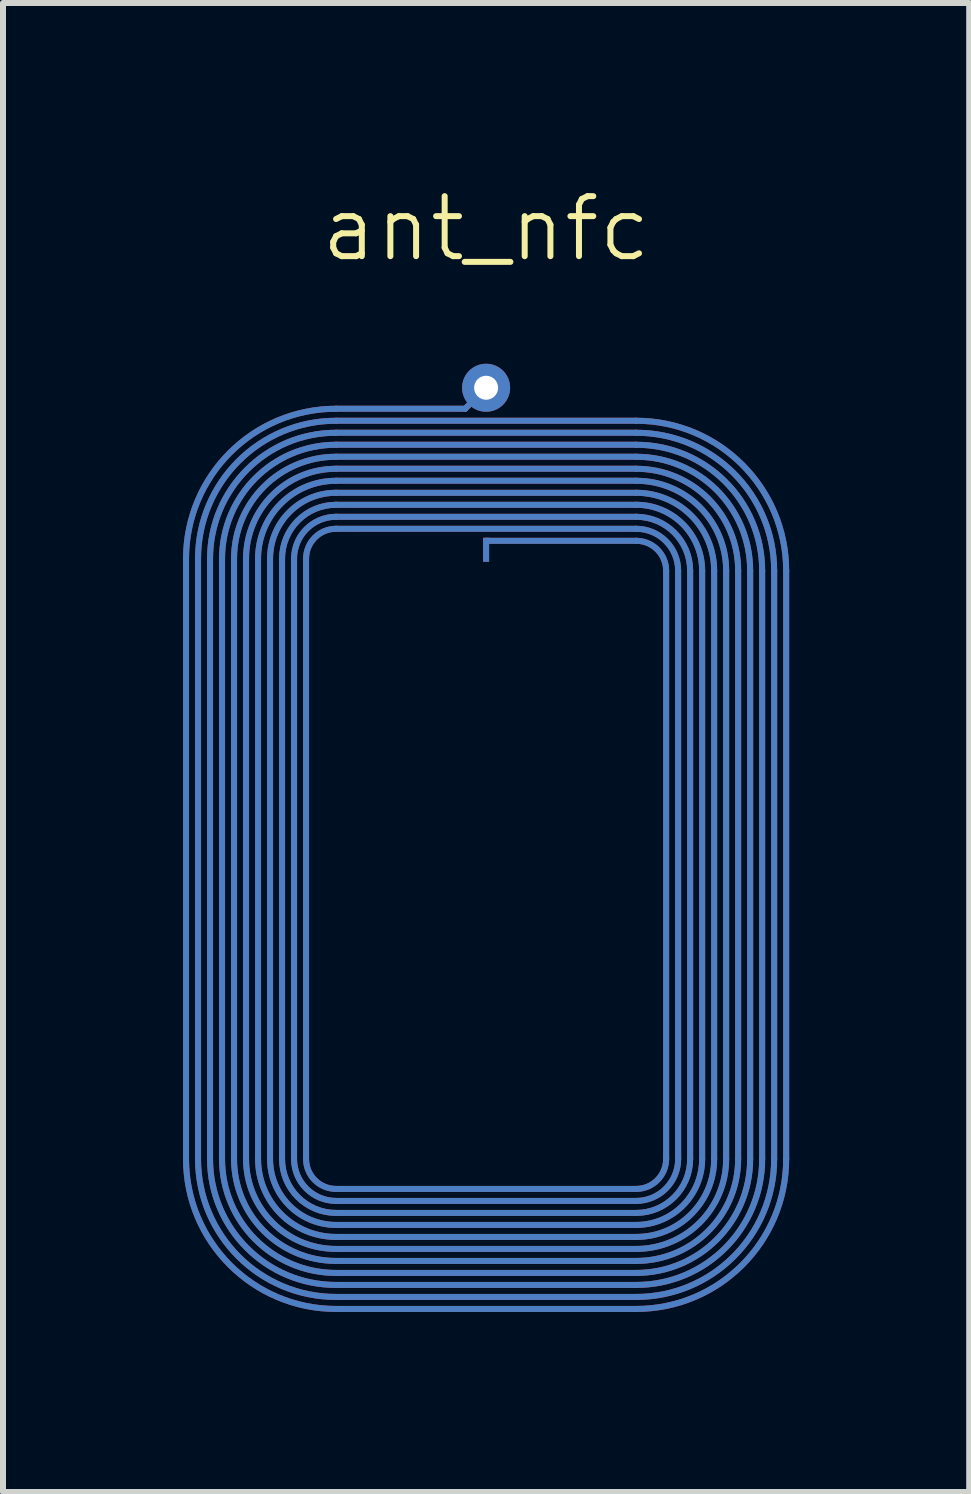
<source format=kicad_pcb>
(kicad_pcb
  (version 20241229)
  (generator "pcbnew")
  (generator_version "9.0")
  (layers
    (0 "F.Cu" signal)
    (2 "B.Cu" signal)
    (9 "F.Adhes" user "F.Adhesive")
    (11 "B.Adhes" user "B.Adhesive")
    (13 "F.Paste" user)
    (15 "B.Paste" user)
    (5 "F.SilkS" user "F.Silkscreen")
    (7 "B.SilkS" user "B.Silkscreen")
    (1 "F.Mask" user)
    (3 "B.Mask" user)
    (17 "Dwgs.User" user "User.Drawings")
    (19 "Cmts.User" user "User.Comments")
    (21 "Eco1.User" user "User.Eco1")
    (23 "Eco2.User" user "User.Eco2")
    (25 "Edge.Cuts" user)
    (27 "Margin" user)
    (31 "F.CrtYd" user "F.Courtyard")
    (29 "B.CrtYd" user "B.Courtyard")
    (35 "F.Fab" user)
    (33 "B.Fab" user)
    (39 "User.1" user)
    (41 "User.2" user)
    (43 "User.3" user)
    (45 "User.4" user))
  (footprint "ant_nfc"
    (layer "F.Cu")
    (at 5.05 11.261)
    (property "Reference" "ant_nfc" (at 0 -10.5 0) (layer "F.SilkS") (effects (font (size 1 1) (thickness 0.1))))
    (attr through_hole)
    (fp_line (start -5 -5) (end -5 5) (stroke (width 0.1) (type solid)) (layer "F.Cu"))
    (fp_line (start -4.8 -5) (end -4.8 5) (stroke (width 0.1) (type solid)) (layer "F.Cu"))
    (fp_line (start -4.6 -5) (end -4.6 5) (stroke (width 0.1) (type solid)) (layer "F.Cu"))
    (fp_line (start -4.4 -5) (end -4.4 5) (stroke (width 0.1) (type solid)) (layer "F.Cu"))
    (fp_line (start -4.2 -5) (end -4.2 5) (stroke (width 0.1) (type solid)) (layer "F.Cu"))
    (fp_line (start -4 -5) (end -4 5) (stroke (width 0.1) (type solid)) (layer "F.Cu"))
    (fp_line (start -3.8 -5) (end -3.8 5) (stroke (width 0.1) (type solid)) (layer "F.Cu"))
    (fp_line (start -3.6 -5) (end -3.6 5) (stroke (width 0.1) (type solid)) (layer "F.Cu"))
    (fp_line (start -3.4 -5) (end -3.4 5) (stroke (width 0.1) (type solid)) (layer "F.Cu"))
    (fp_line (start -3.2 -5) (end -3.2 5) (stroke (width 0.1) (type solid)) (layer "F.Cu"))
    (fp_line (start -3 -5) (end -3 5) (stroke (width 0.1) (type solid)) (layer "F.Cu"))
    (fp_line (start -2.5 5.5) (end 2.5 5.5) (stroke (width 0.1) (type solid)) (layer "F.Cu"))
    (fp_line (start -2.5 5.7) (end 2.5 5.7) (stroke (width 0.1) (type solid)) (layer "F.Cu"))
    (fp_line (start -2.5 5.9) (end 2.5 5.9) (stroke (width 0.1) (type solid)) (layer "F.Cu"))
    (fp_line (start -2.5 6.1) (end 2.5 6.1) (stroke (width 0.1) (type solid)) (layer "F.Cu"))
    (fp_line (start -2.5 6.3) (end 2.5 6.3) (stroke (width 0.1) (type solid)) (layer "F.Cu"))
    (fp_line (start -2.5 6.5) (end 2.5 6.5) (stroke (width 0.1) (type solid)) (layer "F.Cu"))
    (fp_line (start -2.5 6.7) (end 2.5 6.7) (stroke (width 0.1) (type solid)) (layer "F.Cu"))
    (fp_line (start -2.5 6.9) (end 2.5 6.9) (stroke (width 0.1) (type solid)) (layer "F.Cu"))
    (fp_line (start -2.5 7.1) (end 2.5 7.1) (stroke (width 0.1) (type solid)) (layer "F.Cu"))
    (fp_line (start -2.5 7.3) (end 2.5 7.3) (stroke (width 0.1) (type solid)) (layer "F.Cu"))
    (fp_line (start -2.5 7.5) (end 2.5 7.5) (stroke (width 0.1) (type solid)) (layer "F.Cu"))
    (fp_line (start -0.35 -7.5) (end -2.5 -7.5) (stroke (width 0.1) (type solid)) (layer "F.Cu"))
    (fp_line (start 0 -7.85) (end -0.35 -7.5) (stroke (width 0.1) (type solid)) (layer "F.Cu"))
    (fp_line (start 2.5 -7.3) (end -2.5 -7.3) (stroke (width 0.1) (type solid)) (layer "F.Cu"))
    (fp_line (start 2.5 -7.1) (end -2.5 -7.1) (stroke (width 0.1) (type solid)) (layer "F.Cu"))
    (fp_line (start 2.5 -6.9) (end -2.5 -6.9) (stroke (width 0.1) (type solid)) (layer "F.Cu"))
    (fp_line (start 2.5 -6.7) (end -2.5 -6.7) (stroke (width 0.1) (type solid)) (layer "F.Cu"))
    (fp_line (start 2.5 -6.5) (end -2.5 -6.5) (stroke (width 0.1) (type solid)) (layer "F.Cu"))
    (fp_line (start 2.5 -6.3) (end -2.5 -6.3) (stroke (width 0.1) (type solid)) (layer "F.Cu"))
    (fp_line (start 2.5 -6.1) (end -2.5 -6.1) (stroke (width 0.1) (type solid)) (layer "F.Cu"))
    (fp_line (start 2.5 -5.9) (end -2.5 -5.9) (stroke (width 0.1) (type solid)) (layer "F.Cu"))
    (fp_line (start 2.5 -5.7) (end -2.5 -5.7) (stroke (width 0.1) (type solid)) (layer "F.Cu"))
    (fp_line (start 2.5 -5.5) (end -2.5 -5.5) (stroke (width 0.1) (type solid)) (layer "F.Cu"))
    (fp_line (start 2.5 -5.3) (end 0 -5.3) (stroke (width 0.1) (type solid)) (layer "F.Cu"))
    (fp_line (start 3 -4.8) (end 3 5) (stroke (width 0.1) (type solid)) (layer "F.Cu"))
    (fp_line (start 3.2 -4.8) (end 3.2 5) (stroke (width 0.1) (type solid)) (layer "F.Cu"))
    (fp_line (start 3.4 -4.8) (end 3.4 5) (stroke (width 0.1) (type solid)) (layer "F.Cu"))
    (fp_line (start 3.6 -4.8) (end 3.6 5) (stroke (width 0.1) (type solid)) (layer "F.Cu"))
    (fp_line (start 3.8 -4.8) (end 3.8 5) (stroke (width 0.1) (type solid)) (layer "F.Cu"))
    (fp_line (start 4 -4.8) (end 4 5) (stroke (width 0.1) (type solid)) (layer "F.Cu"))
    (fp_line (start 4.2 -4.8) (end 4.2 5) (stroke (width 0.1) (type solid)) (layer "F.Cu"))
    (fp_line (start 4.4 -4.8) (end 4.4 5) (stroke (width 0.1) (type solid)) (layer "F.Cu"))
    (fp_line (start 4.6 -4.8) (end 4.6 5) (stroke (width 0.1) (type solid)) (layer "F.Cu"))
    (fp_line (start 4.8 -4.8) (end 4.8 5) (stroke (width 0.1) (type solid)) (layer "F.Cu"))
    (fp_line (start 5 -4.8) (end 5 5) (stroke (width 0.1) (type solid)) (layer "F.Cu"))
    (fp_arc (start -5 -5) (mid -4.267767 -6.767767) (end -2.5 -7.5) (stroke (width 0.1) (type solid)) (layer "F.Cu"))
    (fp_arc (start -4.8 -5) (mid -4.126346 -6.626346) (end -2.5 -7.3) (stroke (width 0.1) (type solid)) (layer "F.Cu"))
    (fp_arc (start -4.6 -5) (mid -3.984924 -6.484924) (end -2.5 -7.1) (stroke (width 0.1) (type solid)) (layer "F.Cu"))
    (fp_arc (start -4.4 -5) (mid -3.843503 -6.343503) (end -2.5 -6.9) (stroke (width 0.1) (type solid)) (layer "F.Cu"))
    (fp_arc (start -4.2 -5) (mid -3.702082 -6.202082) (end -2.5 -6.7) (stroke (width 0.1) (type solid)) (layer "F.Cu"))
    (fp_arc (start -4 -5) (mid -3.56066 -6.06066) (end -2.5 -6.5) (stroke (width 0.1) (type solid)) (layer "F.Cu"))
    (fp_arc (start -3.8 -5) (mid -3.419239 -5.919239) (end -2.5 -6.3) (stroke (width 0.1) (type solid)) (layer "F.Cu"))
    (fp_arc (start -3.6 -5) (mid -3.277817 -5.777817) (end -2.5 -6.1) (stroke (width 0.1) (type solid)) (layer "F.Cu"))
    (fp_arc (start -3.4 -5) (mid -3.136396 -5.636396) (end -2.5 -5.9) (stroke (width 0.1) (type solid)) (layer "F.Cu"))
    (fp_arc (start -3.2 -5) (mid -2.994975 -5.494975) (end -2.5 -5.7) (stroke (width 0.1) (type solid)) (layer "F.Cu"))
    (fp_arc (start -3 -5) (mid -2.853553 -5.353553) (end -2.5 -5.5) (stroke (width 0.1) (type solid)) (layer "F.Cu"))
    (fp_arc (start -2.5 5.5) (mid -2.853553 5.353553) (end -3 5) (stroke (width 0.1) (type solid)) (layer "F.Cu"))
    (fp_arc (start -2.5 5.7) (mid -2.994975 5.494975) (end -3.2 5) (stroke (width 0.1) (type solid)) (layer "F.Cu"))
    (fp_arc (start -2.5 5.9) (mid -3.136396 5.636396) (end -3.4 5) (stroke (width 0.1) (type solid)) (layer "F.Cu"))
    (fp_arc (start -2.5 6.1) (mid -3.277817 5.777817) (end -3.6 5) (stroke (width 0.1) (type solid)) (layer "F.Cu"))
    (fp_arc (start -2.5 6.3) (mid -3.419239 5.919239) (end -3.8 5) (stroke (width 0.1) (type solid)) (layer "F.Cu"))
    (fp_arc (start -2.5 6.5) (mid -3.56066 6.06066) (end -4 5) (stroke (width 0.1) (type solid)) (layer "F.Cu"))
    (fp_arc (start -2.5 6.7) (mid -3.702082 6.202082) (end -4.2 5) (stroke (width 0.1) (type solid)) (layer "F.Cu"))
    (fp_arc (start -2.5 6.9) (mid -3.843503 6.343503) (end -4.4 5) (stroke (width 0.1) (type solid)) (layer "F.Cu"))
    (fp_arc (start -2.5 7.1) (mid -3.984924 6.484924) (end -4.6 5) (stroke (width 0.1) (type solid)) (layer "F.Cu"))
    (fp_arc (start -2.5 7.3) (mid -4.126346 6.626346) (end -4.8 5) (stroke (width 0.1) (type solid)) (layer "F.Cu"))
    (fp_arc (start -2.5 7.5) (mid -4.267767 6.767767) (end -5 5) (stroke (width 0.1) (type solid)) (layer "F.Cu"))
    (fp_arc (start 2.5 -7.3) (mid 4.267767 -6.567767) (end 5 -4.8) (stroke (width 0.1) (type solid)) (layer "F.Cu"))
    (fp_arc (start 2.5 -7.1) (mid 4.126346 -6.426346) (end 4.8 -4.8) (stroke (width 0.1) (type solid)) (layer "F.Cu"))
    (fp_arc (start 2.5 -6.9) (mid 3.984924 -6.284924) (end 4.6 -4.8) (stroke (width 0.1) (type solid)) (layer "F.Cu"))
    (fp_arc (start 2.5 -6.7) (mid 3.843503 -6.143503) (end 4.4 -4.8) (stroke (width 0.1) (type solid)) (layer "F.Cu"))
    (fp_arc (start 2.5 -6.5) (mid 3.702082 -6.002082) (end 4.2 -4.8) (stroke (width 0.1) (type solid)) (layer "F.Cu"))
    (fp_arc (start 2.5 -6.3) (mid 3.56066 -5.86066) (end 4 -4.8) (stroke (width 0.1) (type solid)) (layer "F.Cu"))
    (fp_arc (start 2.5 -6.1) (mid 3.419239 -5.719239) (end 3.8 -4.8) (stroke (width 0.1) (type solid)) (layer "F.Cu"))
    (fp_arc (start 2.5 -5.9) (mid 3.277817 -5.577817) (end 3.6 -4.8) (stroke (width 0.1) (type solid)) (layer "F.Cu"))
    (fp_arc (start 2.5 -5.7) (mid 3.136396 -5.436396) (end 3.4 -4.8) (stroke (width 0.1) (type solid)) (layer "F.Cu"))
    (fp_arc (start 2.5 -5.5) (mid 2.994975 -5.294975) (end 3.2 -4.8) (stroke (width 0.1) (type solid)) (layer "F.Cu"))
    (fp_arc (start 2.5 -5.3) (mid 2.853553 -5.153553) (end 3 -4.8) (stroke (width 0.1) (type solid)) (layer "F.Cu"))
    (fp_arc (start 3 5) (mid 2.853553 5.353553) (end 2.5 5.5) (stroke (width 0.1) (type solid)) (layer "F.Cu"))
    (fp_arc (start 3.2 5) (mid 2.994975 5.494975) (end 2.5 5.7) (stroke (width 0.1) (type solid)) (layer "F.Cu"))
    (fp_arc (start 3.4 5) (mid 3.136396 5.636396) (end 2.5 5.9) (stroke (width 0.1) (type solid)) (layer "F.Cu"))
    (fp_arc (start 3.6 5) (mid 3.277817 5.777817) (end 2.5 6.1) (stroke (width 0.1) (type solid)) (layer "F.Cu"))
    (fp_arc (start 3.8 5) (mid 3.419239 5.919239) (end 2.5 6.3) (stroke (width 0.1) (type solid)) (layer "F.Cu"))
    (fp_arc (start 4 5) (mid 3.56066 6.06066) (end 2.5 6.5) (stroke (width 0.1) (type solid)) (layer "F.Cu"))
    (fp_arc (start 4.2 5) (mid 3.702082 6.202082) (end 2.5 6.7) (stroke (width 0.1) (type solid)) (layer "F.Cu"))
    (fp_arc (start 4.4 5) (mid 3.843503 6.343503) (end 2.5 6.9) (stroke (width 0.1) (type solid)) (layer "F.Cu"))
    (fp_arc (start 4.6 5) (mid 3.984924 6.484924) (end 2.5 7.1) (stroke (width 0.1) (type solid)) (layer "F.Cu"))
    (fp_arc (start 4.8 5) (mid 4.126346 6.626346) (end 2.5 7.3) (stroke (width 0.1) (type solid)) (layer "F.Cu"))
    (fp_arc (start 5 5) (mid 4.267767 6.767767) (end 2.5 7.5) (stroke (width 0.1) (type solid)) (layer "F.Cu"))
    (fp_line (start -5 -5) (end -5 5) (stroke (width 0.1) (type solid)) (layer "B.Cu"))
    (fp_line (start -4.8 -5) (end -4.8 5) (stroke (width 0.1) (type solid)) (layer "B.Cu"))
    (fp_line (start -4.6 -5) (end -4.6 5) (stroke (width 0.1) (type solid)) (layer "B.Cu"))
    (fp_line (start -4.4 -5) (end -4.4 5) (stroke (width 0.1) (type solid)) (layer "B.Cu"))
    (fp_line (start -4.2 -5) (end -4.2 5) (stroke (width 0.1) (type solid)) (layer "B.Cu"))
    (fp_line (start -4 -5) (end -4 5) (stroke (width 0.1) (type solid)) (layer "B.Cu"))
    (fp_line (start -3.8 -5) (end -3.8 5) (stroke (width 0.1) (type solid)) (layer "B.Cu"))
    (fp_line (start -3.6 -5) (end -3.6 5) (stroke (width 0.1) (type solid)) (layer "B.Cu"))
    (fp_line (start -3.4 -5) (end -3.4 5) (stroke (width 0.1) (type solid)) (layer "B.Cu"))
    (fp_line (start -3.2 -5) (end -3.2 5) (stroke (width 0.1) (type solid)) (layer "B.Cu"))
    (fp_line (start -3 -5) (end -3 5) (stroke (width 0.1) (type solid)) (layer "B.Cu"))
    (fp_line (start -2.5 5.5) (end 2.5 5.5) (stroke (width 0.1) (type solid)) (layer "B.Cu"))
    (fp_line (start -2.5 5.7) (end 2.5 5.7) (stroke (width 0.1) (type solid)) (layer "B.Cu"))
    (fp_line (start -2.5 5.9) (end 2.5 5.9) (stroke (width 0.1) (type solid)) (layer "B.Cu"))
    (fp_line (start -2.5 6.1) (end 2.5 6.1) (stroke (width 0.1) (type solid)) (layer "B.Cu"))
    (fp_line (start -2.5 6.3) (end 2.5 6.3) (stroke (width 0.1) (type solid)) (layer "B.Cu"))
    (fp_line (start -2.5 6.5) (end 2.5 6.5) (stroke (width 0.1) (type solid)) (layer "B.Cu"))
    (fp_line (start -2.5 6.7) (end 2.5 6.7) (stroke (width 0.1) (type solid)) (layer "B.Cu"))
    (fp_line (start -2.5 6.9) (end 2.5 6.9) (stroke (width 0.1) (type solid)) (layer "B.Cu"))
    (fp_line (start -2.5 7.1) (end 2.5 7.1) (stroke (width 0.1) (type solid)) (layer "B.Cu"))
    (fp_line (start -2.5 7.3) (end 2.5 7.3) (stroke (width 0.1) (type solid)) (layer "B.Cu"))
    (fp_line (start -2.5 7.5) (end 2.5 7.5) (stroke (width 0.1) (type solid)) (layer "B.Cu"))
    (fp_line (start -0.35 -7.5) (end -2.5 -7.5) (stroke (width 0.1) (type solid)) (layer "B.Cu"))
    (fp_line (start 0 -7.85) (end -0.35 -7.5) (stroke (width 0.1) (type solid)) (layer "B.Cu"))
    (fp_line (start 2.5 -7.3) (end -2.5 -7.3) (stroke (width 0.1) (type solid)) (layer "B.Cu"))
    (fp_line (start 2.5 -7.1) (end -2.5 -7.1) (stroke (width 0.1) (type solid)) (layer "B.Cu"))
    (fp_line (start 2.5 -6.9) (end -2.5 -6.9) (stroke (width 0.1) (type solid)) (layer "B.Cu"))
    (fp_line (start 2.5 -6.7) (end -2.5 -6.7) (stroke (width 0.1) (type solid)) (layer "B.Cu"))
    (fp_line (start 2.5 -6.5) (end -2.5 -6.5) (stroke (width 0.1) (type solid)) (layer "B.Cu"))
    (fp_line (start 2.5 -6.3) (end -2.5 -6.3) (stroke (width 0.1) (type solid)) (layer "B.Cu"))
    (fp_line (start 2.5 -6.1) (end -2.5 -6.1) (stroke (width 0.1) (type solid)) (layer "B.Cu"))
    (fp_line (start 2.5 -5.9) (end -2.5 -5.9) (stroke (width 0.1) (type solid)) (layer "B.Cu"))
    (fp_line (start 2.5 -5.7) (end -2.5 -5.7) (stroke (width 0.1) (type solid)) (layer "B.Cu"))
    (fp_line (start 2.5 -5.5) (end -2.5 -5.5) (stroke (width 0.1) (type solid)) (layer "B.Cu"))
    (fp_line (start 2.5 -5.3) (end 0 -5.3) (stroke (width 0.1) (type solid)) (layer "B.Cu"))
    (fp_line (start 3 -4.8) (end 3 5) (stroke (width 0.1) (type solid)) (layer "B.Cu"))
    (fp_line (start 3.2 -4.8) (end 3.2 5) (stroke (width 0.1) (type solid)) (layer "B.Cu"))
    (fp_line (start 3.4 -4.8) (end 3.4 5) (stroke (width 0.1) (type solid)) (layer "B.Cu"))
    (fp_line (start 3.6 -4.8) (end 3.6 5) (stroke (width 0.1) (type solid)) (layer "B.Cu"))
    (fp_line (start 3.8 -4.8) (end 3.8 5) (stroke (width 0.1) (type solid)) (layer "B.Cu"))
    (fp_line (start 4 -4.8) (end 4 5) (stroke (width 0.1) (type solid)) (layer "B.Cu"))
    (fp_line (start 4.2 -4.8) (end 4.2 5) (stroke (width 0.1) (type solid)) (layer "B.Cu"))
    (fp_line (start 4.4 -4.8) (end 4.4 5) (stroke (width 0.1) (type solid)) (layer "B.Cu"))
    (fp_line (start 4.6 -4.8) (end 4.6 5) (stroke (width 0.1) (type solid)) (layer "B.Cu"))
    (fp_line (start 4.8 -4.8) (end 4.8 5) (stroke (width 0.1) (type solid)) (layer "B.Cu"))
    (fp_line (start 5 -4.8) (end 5 5) (stroke (width 0.1) (type solid)) (layer "B.Cu"))
    (fp_arc (start -5 -5) (mid -4.267767 -6.767767) (end -2.5 -7.5) (stroke (width 0.1) (type solid)) (layer "B.Cu"))
    (fp_arc (start -4.8 -5) (mid -4.126346 -6.626346) (end -2.5 -7.3) (stroke (width 0.1) (type solid)) (layer "B.Cu"))
    (fp_arc (start -4.6 -5) (mid -3.984924 -6.484924) (end -2.5 -7.1) (stroke (width 0.1) (type solid)) (layer "B.Cu"))
    (fp_arc (start -4.4 -5) (mid -3.843503 -6.343503) (end -2.5 -6.9) (stroke (width 0.1) (type solid)) (layer "B.Cu"))
    (fp_arc (start -4.2 -5) (mid -3.702082 -6.202082) (end -2.5 -6.7) (stroke (width 0.1) (type solid)) (layer "B.Cu"))
    (fp_arc (start -4 -5) (mid -3.56066 -6.06066) (end -2.5 -6.5) (stroke (width 0.1) (type solid)) (layer "B.Cu"))
    (fp_arc (start -3.8 -5) (mid -3.419239 -5.919239) (end -2.5 -6.3) (stroke (width 0.1) (type solid)) (layer "B.Cu"))
    (fp_arc (start -3.6 -5) (mid -3.277817 -5.777817) (end -2.5 -6.1) (stroke (width 0.1) (type solid)) (layer "B.Cu"))
    (fp_arc (start -3.4 -5) (mid -3.136396 -5.636396) (end -2.5 -5.9) (stroke (width 0.1) (type solid)) (layer "B.Cu"))
    (fp_arc (start -3.2 -5) (mid -2.994975 -5.494975) (end -2.5 -5.7) (stroke (width 0.1) (type solid)) (layer "B.Cu"))
    (fp_arc (start -3 -5) (mid -2.853553 -5.353553) (end -2.5 -5.5) (stroke (width 0.1) (type solid)) (layer "B.Cu"))
    (fp_arc (start -2.5 5.5) (mid -2.853553 5.353553) (end -3 5) (stroke (width 0.1) (type solid)) (layer "B.Cu"))
    (fp_arc (start -2.5 5.7) (mid -2.994975 5.494975) (end -3.2 5) (stroke (width 0.1) (type solid)) (layer "B.Cu"))
    (fp_arc (start -2.5 5.9) (mid -3.136396 5.636396) (end -3.4 5) (stroke (width 0.1) (type solid)) (layer "B.Cu"))
    (fp_arc (start -2.5 6.1) (mid -3.277817 5.777817) (end -3.6 5) (stroke (width 0.1) (type solid)) (layer "B.Cu"))
    (fp_arc (start -2.5 6.3) (mid -3.419239 5.919239) (end -3.8 5) (stroke (width 0.1) (type solid)) (layer "B.Cu"))
    (fp_arc (start -2.5 6.5) (mid -3.56066 6.06066) (end -4 5) (stroke (width 0.1) (type solid)) (layer "B.Cu"))
    (fp_arc (start -2.5 6.7) (mid -3.702082 6.202082) (end -4.2 5) (stroke (width 0.1) (type solid)) (layer "B.Cu"))
    (fp_arc (start -2.5 6.9) (mid -3.843503 6.343503) (end -4.4 5) (stroke (width 0.1) (type solid)) (layer "B.Cu"))
    (fp_arc (start -2.5 7.1) (mid -3.984924 6.484924) (end -4.6 5) (stroke (width 0.1) (type solid)) (layer "B.Cu"))
    (fp_arc (start -2.5 7.3) (mid -4.126346 6.626346) (end -4.8 5) (stroke (width 0.1) (type solid)) (layer "B.Cu"))
    (fp_arc (start -2.5 7.5) (mid -4.267767 6.767767) (end -5 5) (stroke (width 0.1) (type solid)) (layer "B.Cu"))
    (fp_arc (start 2.5 -7.3) (mid 4.267767 -6.567767) (end 5 -4.8) (stroke (width 0.1) (type solid)) (layer "B.Cu"))
    (fp_arc (start 2.5 -7.1) (mid 4.126346 -6.426346) (end 4.8 -4.8) (stroke (width 0.1) (type solid)) (layer "B.Cu"))
    (fp_arc (start 2.5 -6.9) (mid 3.984924 -6.284924) (end 4.6 -4.8) (stroke (width 0.1) (type solid)) (layer "B.Cu"))
    (fp_arc (start 2.5 -6.7) (mid 3.843503 -6.143503) (end 4.4 -4.8) (stroke (width 0.1) (type solid)) (layer "B.Cu"))
    (fp_arc (start 2.5 -6.5) (mid 3.702082 -6.002082) (end 4.2 -4.8) (stroke (width 0.1) (type solid)) (layer "B.Cu"))
    (fp_arc (start 2.5 -6.3) (mid 3.56066 -5.86066) (end 4 -4.8) (stroke (width 0.1) (type solid)) (layer "B.Cu"))
    (fp_arc (start 2.5 -6.1) (mid 3.419239 -5.719239) (end 3.8 -4.8) (stroke (width 0.1) (type solid)) (layer "B.Cu"))
    (fp_arc (start 2.5 -5.9) (mid 3.277817 -5.577817) (end 3.6 -4.8) (stroke (width 0.1) (type solid)) (layer "B.Cu"))
    (fp_arc (start 2.5 -5.7) (mid 3.136396 -5.436396) (end 3.4 -4.8) (stroke (width 0.1) (type solid)) (layer "B.Cu"))
    (fp_arc (start 2.5 -5.5) (mid 2.994975 -5.294975) (end 3.2 -4.8) (stroke (width 0.1) (type solid)) (layer "B.Cu"))
    (fp_arc (start 2.5 -5.3) (mid 2.853553 -5.153553) (end 3 -4.8) (stroke (width 0.1) (type solid)) (layer "B.Cu"))
    (fp_arc (start 3 5) (mid 2.853553 5.353553) (end 2.5 5.5) (stroke (width 0.1) (type solid)) (layer "B.Cu"))
    (fp_arc (start 3.2 5) (mid 2.994975 5.494975) (end 2.5 5.7) (stroke (width 0.1) (type solid)) (layer "B.Cu"))
    (fp_arc (start 3.4 5) (mid 3.136396 5.636396) (end 2.5 5.9) (stroke (width 0.1) (type solid)) (layer "B.Cu"))
    (fp_arc (start 3.6 5) (mid 3.277817 5.777817) (end 2.5 6.1) (stroke (width 0.1) (type solid)) (layer "B.Cu"))
    (fp_arc (start 3.8 5) (mid 3.419239 5.919239) (end 2.5 6.3) (stroke (width 0.1) (type solid)) (layer "B.Cu"))
    (fp_arc (start 4 5) (mid 3.56066 6.06066) (end 2.5 6.5) (stroke (width 0.1) (type solid)) (layer "B.Cu"))
    (fp_arc (start 4.2 5) (mid 3.702082 6.202082) (end 2.5 6.7) (stroke (width 0.1) (type solid)) (layer "B.Cu"))
    (fp_arc (start 4.4 5) (mid 3.843503 6.343503) (end 2.5 6.9) (stroke (width 0.1) (type solid)) (layer "B.Cu"))
    (fp_arc (start 4.6 5) (mid 3.984924 6.484924) (end 2.5 7.1) (stroke (width 0.1) (type solid)) (layer "B.Cu"))
    (fp_arc (start 4.8 5) (mid 4.126346 6.626346) (end 2.5 7.3) (stroke (width 0.1) (type solid)) (layer "B.Cu"))
    (fp_arc (start 5 5) (mid 4.267767 6.767767) (end 2.5 7.5) (stroke (width 0.1) (type solid)) (layer "B.Cu"))
    (pad "1" smd rect (at 0 -5.15) (size 0.1 0.4) (layers "F.Cu" "F.Mask" "F.Paste"))
    (pad "2" smd rect (at 0 -5.15) (size 0.1 0.4) (layers "F.Mask" "B.Cu" "F.Paste"))
    (pad "3" thru_hole circle (at 0 -7.85 180) (size 0.8 0.8) (drill 0.4) (layers "*.Cu" "*.Mask")))
  (gr_rect
    (start -3 -3)
    (end 13.1 21.811)
    (stroke (width 0.1) (type default))
    (fill no)
    (layer "Edge.Cuts")))
</source>
